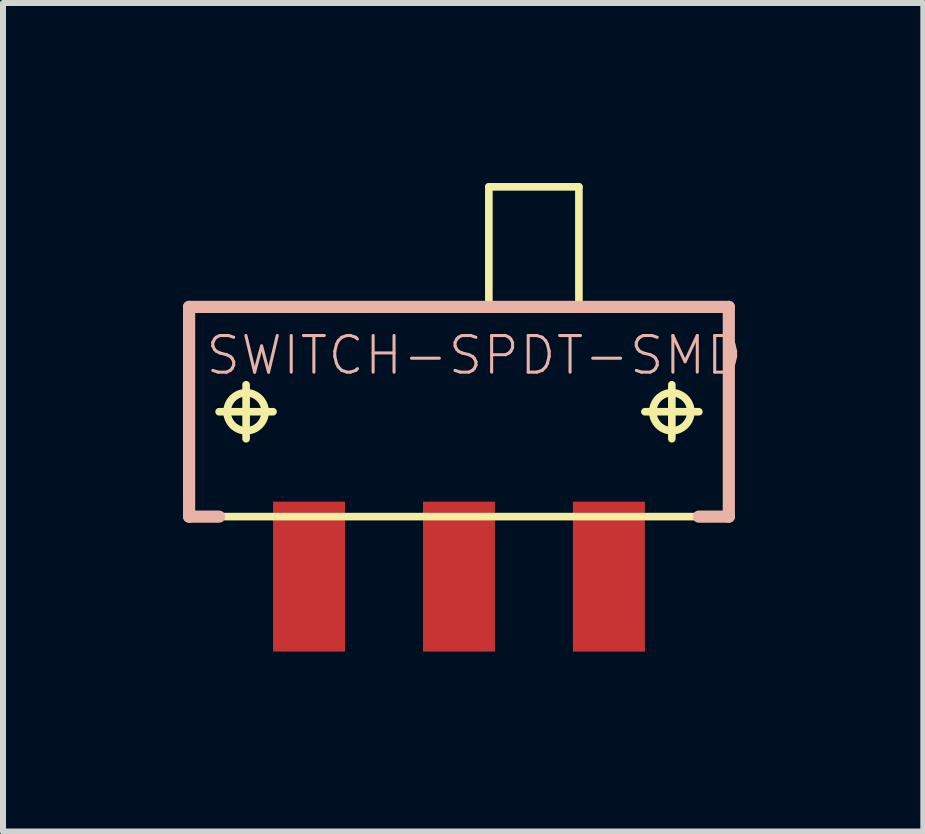
<source format=kicad_pcb>
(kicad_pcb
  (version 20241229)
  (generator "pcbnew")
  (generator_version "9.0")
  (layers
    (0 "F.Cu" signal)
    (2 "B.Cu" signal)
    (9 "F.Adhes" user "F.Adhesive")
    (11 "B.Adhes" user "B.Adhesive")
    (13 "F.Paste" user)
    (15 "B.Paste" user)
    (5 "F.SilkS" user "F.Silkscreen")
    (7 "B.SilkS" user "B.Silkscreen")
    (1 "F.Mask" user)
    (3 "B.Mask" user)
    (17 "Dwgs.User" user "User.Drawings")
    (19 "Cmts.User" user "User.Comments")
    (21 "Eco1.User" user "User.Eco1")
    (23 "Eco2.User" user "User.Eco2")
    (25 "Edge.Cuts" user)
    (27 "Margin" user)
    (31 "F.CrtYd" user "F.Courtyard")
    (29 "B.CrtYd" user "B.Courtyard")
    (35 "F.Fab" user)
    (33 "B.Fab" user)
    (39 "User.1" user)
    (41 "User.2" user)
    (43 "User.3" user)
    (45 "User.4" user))
  (footprint "SWITCH-SPDT-SMD"
    (layer "F.Cu")
    (at 4.6 3.813)
    (property "Reference" "SWITCH-SPDT-SMD" (at 0.254 -0.94 0) (layer "B.SilkS") (effects (font (size 0.61 0.61) (thickness 0.051))))
    (attr smd)
    (fp_line (start -4.498 -1.748) (end -4.498 1.748) (stroke (width 0.127) (type solid)) (layer "F.SilkS"))
    (fp_line (start -4.498 1.748) (end 4.498 1.748) (stroke (width 0.127) (type solid)) (layer "F.SilkS"))
    (fp_line (start -3.998 0) (end -3.099 0) (stroke (width 0.127) (type solid)) (layer "F.SilkS"))
    (fp_line (start -3.548 0.45) (end -3.548 -0.45) (stroke (width 0.127) (type solid)) (layer "F.SilkS"))
    (fp_line (start 0.498 -3.749) (end 1.999 -3.749) (stroke (width 0.127) (type solid)) (layer "F.SilkS"))
    (fp_line (start 0.498 -1.748) (end -4.498 -1.748) (stroke (width 0.127) (type solid)) (layer "F.SilkS"))
    (fp_line (start 0.498 -1.748) (end 0.498 -3.749) (stroke (width 0.127) (type solid)) (layer "F.SilkS"))
    (fp_line (start 1.999 -3.749) (end 1.999 -1.748) (stroke (width 0.127) (type solid)) (layer "F.SilkS"))
    (fp_line (start 1.999 -1.748) (end 0.498 -1.748) (stroke (width 0.127) (type solid)) (layer "F.SilkS"))
    (fp_line (start 3.099 0) (end 3.998 0) (stroke (width 0.127) (type solid)) (layer "F.SilkS"))
    (fp_line (start 3.548 0.45) (end 3.548 -0.45) (stroke (width 0.127) (type solid)) (layer "F.SilkS"))
    (fp_line (start 4.498 -1.748) (end 1.999 -1.748) (stroke (width 0.127) (type solid)) (layer "F.SilkS"))
    (fp_line (start 4.498 1.748) (end 4.498 -1.748) (stroke (width 0.127) (type solid)) (layer "F.SilkS"))
    (fp_circle (center -3.548 0) (end -3.772 0.224) (stroke (width 0.127) (type solid)) (fill no) (layer "F.SilkS"))
    (fp_circle (center 3.548 0) (end 3.772 0.224) (stroke (width 0.127) (type solid)) (fill no) (layer "F.SilkS"))
    (fp_line (start -4.498 -1.748) (end 4.498 -1.748) (stroke (width 0.203) (type solid)) (layer "B.SilkS"))
    (fp_line (start -4.498 1.748) (end -4.498 -1.748) (stroke (width 0.203) (type solid)) (layer "B.SilkS"))
    (fp_line (start -3.998 1.748) (end -4.498 1.748) (stroke (width 0.203) (type solid)) (layer "B.SilkS"))
    (fp_line (start 4.498 -1.748) (end 4.498 1.748) (stroke (width 0.203) (type solid)) (layer "B.SilkS"))
    (fp_line (start 4.498 1.748) (end 3.998 1.748) (stroke (width 0.203) (type solid)) (layer "B.SilkS"))
    (pad "1" smd rect (at -2.499 2.748 180) (size 1.199 2.499) (layers "F.Cu" "F.Mask" "F.Paste"))
    (pad "2" smd rect (at 0 2.748 180) (size 1.199 2.499) (layers "F.Cu" "F.Mask" "F.Paste"))
    (pad "3" smd rect (at 2.499 2.748 180) (size 1.199 2.499) (layers "F.Cu" "F.Mask" "F.Paste")))
  (gr_rect
    (start -3 -3)
    (end 12.34 10.81)
    (stroke (width 0.1) (type default))
    (fill no)
    (layer "Edge.Cuts")))
</source>
